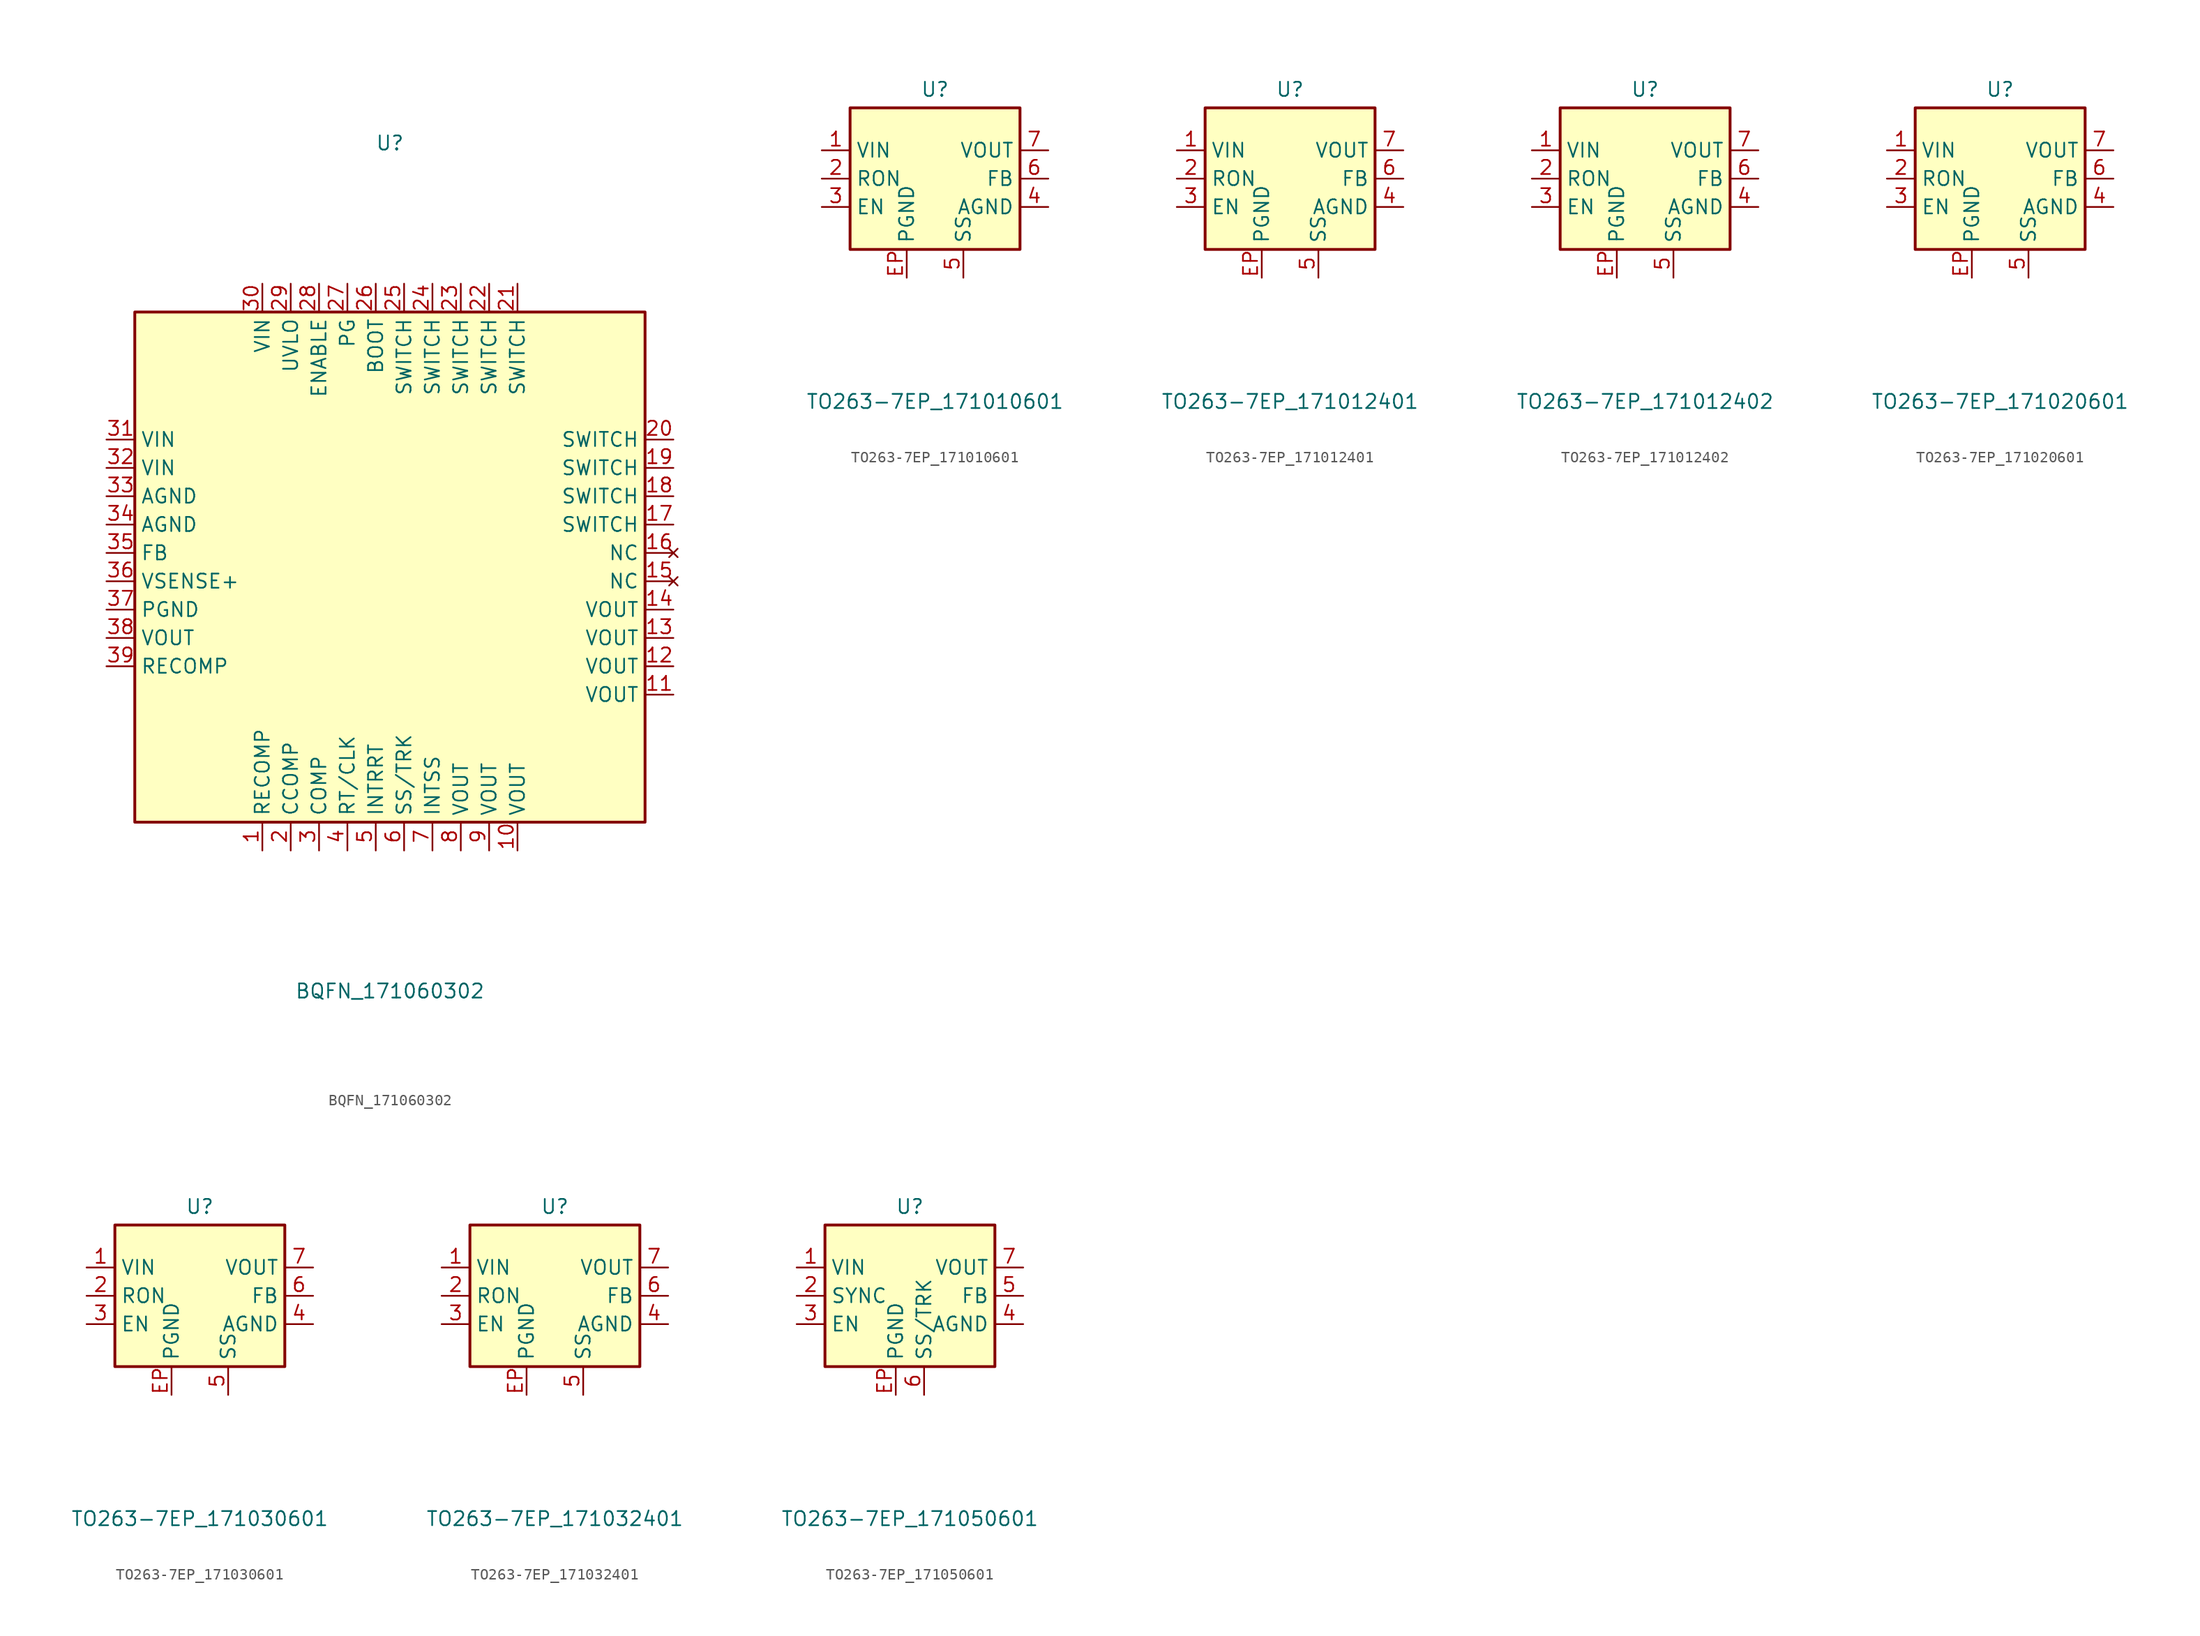
<source format=kicad_sym>
(kicad_symbol_lib
  (version 20220914)
  (generator kicad_symbol_editor)
  (symbol "BQFN_171060302"
    (property "Reference" "U"
      (at 0 38 0)
      (effects (font (size 1.27 1.27))))
    (property "Value" "BQFN_171060302"
      (at 0 -38 0)
      (effects (font (size 1.27 1.27))))
    (symbol "BQFN_171060302_1_1"
      (rectangle (start -22.86 22.86) (end 22.86 -22.86) (stroke (width 0.254) (type solid)) (fill (type background)))
      (pin input line (at -11.43 -25.4 90) (length 2.54) (name "RECOMP" (effects (font (size 1.27 1.27)))) (number "1" (effects (font (size 1.27 1.27)))))
      (pin power_out line (at 11.43 -25.4 90) (length 2.54) (name "VOUT" (effects (font (size 1.27 1.27)))) (number "10" (effects (font (size 1.27 1.27)))))
      (pin power_out line (at 25.4 -11.43 180) (length 2.54) (name "VOUT" (effects (font (size 1.27 1.27)))) (number "11" (effects (font (size 1.27 1.27)))))
      (pin power_out line (at 25.4 -8.89 180) (length 2.54) (name "VOUT" (effects (font (size 1.27 1.27)))) (number "12" (effects (font (size 1.27 1.27)))))
      (pin power_out line (at 25.4 -6.35 180) (length 2.54) (name "VOUT" (effects (font (size 1.27 1.27)))) (number "13" (effects (font (size 1.27 1.27)))))
      (pin power_out line (at 25.4 -3.81 180) (length 2.54) (name "VOUT" (effects (font (size 1.27 1.27)))) (number "14" (effects (font (size 1.27 1.27)))))
      (pin no_connect line (at 25.4 -1.27 180) (length 2.54) (name "NC" (effects (font (size 1.27 1.27)))) (number "15" (effects (font (size 1.27 1.27)))))
      (pin no_connect line (at 25.4 1.27 180) (length 2.54) (name "NC" (effects (font (size 1.27 1.27)))) (number "16" (effects (font (size 1.27 1.27)))))
      (pin power_in line (at 25.4 3.81 180) (length 2.54) (name "SWITCH" (effects (font (size 1.27 1.27)))) (number "17" (effects (font (size 1.27 1.27)))))
      (pin power_in line (at 25.4 6.35 180) (length 2.54) (name "SWITCH" (effects (font (size 1.27 1.27)))) (number "18" (effects (font (size 1.27 1.27)))))
      (pin power_in line (at 25.4 8.89 180) (length 2.54) (name "SWITCH" (effects (font (size 1.27 1.27)))) (number "19" (effects (font (size 1.27 1.27)))))
      (pin input line (at -8.89 -25.4 90) (length 2.54) (name "CCOMP" (effects (font (size 1.27 1.27)))) (number "2" (effects (font (size 1.27 1.27)))))
      (pin power_in line (at 25.4 11.43 180) (length 2.54) (name "SWITCH" (effects (font (size 1.27 1.27)))) (number "20" (effects (font (size 1.27 1.27)))))
      (pin power_in line (at 11.43 25.4 270) (length 2.54) (name "SWITCH" (effects (font (size 1.27 1.27)))) (number "21" (effects (font (size 1.27 1.27)))))
      (pin power_in line (at 8.89 25.4 270) (length 2.54) (name "SWITCH" (effects (font (size 1.27 1.27)))) (number "22" (effects (font (size 1.27 1.27)))))
      (pin power_in line (at 6.35 25.4 270) (length 2.54) (name "SWITCH" (effects (font (size 1.27 1.27)))) (number "23" (effects (font (size 1.27 1.27)))))
      (pin power_in line (at 3.81 25.4 270) (length 2.54) (name "SWITCH" (effects (font (size 1.27 1.27)))) (number "24" (effects (font (size 1.27 1.27)))))
      (pin power_in line (at 1.27 25.4 270) (length 2.54) (name "SWITCH" (effects (font (size 1.27 1.27)))) (number "25" (effects (font (size 1.27 1.27)))))
      (pin input line (at -1.27 25.4 270) (length 2.54) (name "BOOT" (effects (font (size 1.27 1.27)))) (number "26" (effects (font (size 1.27 1.27)))))
      (pin output line (at -3.81 25.4 270) (length 2.54) (name "PG" (effects (font (size 1.27 1.27)))) (number "27" (effects (font (size 1.27 1.27)))))
      (pin input line (at -6.35 25.4 270) (length 2.54) (name "ENABLE" (effects (font (size 1.27 1.27)))) (number "28" (effects (font (size 1.27 1.27)))))
      (pin input line (at -8.89 25.4 270) (length 2.54) (name "UVLO" (effects (font (size 1.27 1.27)))) (number "29" (effects (font (size 1.27 1.27)))))
      (pin output line (at -6.35 -25.4 90) (length 2.54) (name "COMP" (effects (font (size 1.27 1.27)))) (number "3" (effects (font (size 1.27 1.27)))))
      (pin power_in line (at -11.43 25.4 270) (length 2.54) (name "VIN" (effects (font (size 1.27 1.27)))) (number "30" (effects (font (size 1.27 1.27)))))
      (pin power_in line (at -25.4 11.43 0) (length 2.54) (name "VIN" (effects (font (size 1.27 1.27)))) (number "31" (effects (font (size 1.27 1.27)))))
      (pin power_in line (at -25.4 8.89 0) (length 2.54) (name "VIN" (effects (font (size 1.27 1.27)))) (number "32" (effects (font (size 1.27 1.27)))))
      (pin power_in line (at -25.4 6.35 0) (length 2.54) (name "AGND" (effects (font (size 1.27 1.27)))) (number "33" (effects (font (size 1.27 1.27)))))
      (pin power_in line (at -25.4 3.81 0) (length 2.54) (name "AGND" (effects (font (size 1.27 1.27)))) (number "34" (effects (font (size 1.27 1.27)))))
      (pin input line (at -25.4 1.27 0) (length 2.54) (name "FB" (effects (font (size 1.27 1.27)))) (number "35" (effects (font (size 1.27 1.27)))))
      (pin input line (at -25.4 -1.27 0) (length 2.54) (name "VSENSE+" (effects (font (size 1.27 1.27)))) (number "36" (effects (font (size 1.27 1.27)))))
      (pin power_in line (at -25.4 -3.81 0) (length 2.54) (name "PGND" (effects (font (size 1.27 1.27)))) (number "37" (effects (font (size 1.27 1.27)))))
      (pin power_out line (at -25.4 -6.35 0) (length 2.54) (name "VOUT" (effects (font (size 1.27 1.27)))) (number "38" (effects (font (size 1.27 1.27)))))
      (pin bidirectional line (at -25.4 -8.89 0) (length 2.54) (name "RECOMP" (effects (font (size 1.27 1.27)))) (number "39" (effects (font (size 1.27 1.27)))))
      (pin input line (at -3.81 -25.4 90) (length 2.54) (name "RT/CLK" (effects (font (size 1.27 1.27)))) (number "4" (effects (font (size 1.27 1.27)))))
      (pin input line (at -1.27 -25.4 90) (length 2.54) (name "INTRRT" (effects (font (size 1.27 1.27)))) (number "5" (effects (font (size 1.27 1.27)))))
      (pin input line (at 1.27 -25.4 90) (length 2.54) (name "SS/TRK" (effects (font (size 1.27 1.27)))) (number "6" (effects (font (size 1.27 1.27)))))
      (pin input line (at 3.81 -25.4 90) (length 2.54) (name "INTSS" (effects (font (size 1.27 1.27)))) (number "7" (effects (font (size 1.27 1.27)))))
      (pin power_out line (at 6.35 -25.4 90) (length 2.54) (name "VOUT" (effects (font (size 1.27 1.27)))) (number "8" (effects (font (size 1.27 1.27)))))
      (pin power_out line (at 8.89 -25.4 90) (length 2.54) (name "VOUT" (effects (font (size 1.27 1.27)))) (number "9" (effects (font (size 1.27 1.27)))))))
  (symbol "TO263-7EP_171010601"
    (property "Reference" "U"
      (at 0 8 0)
      (effects (font (size 1.27 1.27))))
    (property "Value" "TO263-7EP_171010601"
      (at 0 -20 0)
      (effects (font (size 1.27 1.27))))
    (symbol "TO263-7EP_171010601_1_0"
      (rectangle (start -7.62 6.35) (end 7.62 -6.35) (stroke (width 0.254) (type solid)) (fill (type background))))
    (symbol "TO263-7EP_171010601_1_1"
      (pin power_in line (at -10.16 2.54 0) (length 2.54) (name "VIN" (effects (font (size 1.27 1.27)))) (number "1" (effects (font (size 1.27 1.27)))))
      (pin input line (at -10.16 0 0) (length 2.54) (name "RON" (effects (font (size 1.27 1.27)))) (number "2" (effects (font (size 1.27 1.27)))))
      (pin input line (at -10.16 -2.54 0) (length 2.54) (name "EN" (effects (font (size 1.27 1.27)))) (number "3" (effects (font (size 1.27 1.27)))))
      (pin power_in line (at 10.16 -2.54 180) (length 2.54) (name "AGND" (effects (font (size 1.27 1.27)))) (number "4" (effects (font (size 1.27 1.27)))))
      (pin input line (at 2.54 -8.89 90) (length 2.54) (name "SS" (effects (font (size 1.27 1.27)))) (number "5" (effects (font (size 1.27 1.27)))))
      (pin input line (at 10.16 0 180) (length 2.54) (name "FB" (effects (font (size 1.27 1.27)))) (number "6" (effects (font (size 1.27 1.27)))))
      (pin power_out line (at 10.16 2.54 180) (length 2.54) (name "VOUT" (effects (font (size 1.27 1.27)))) (number "7" (effects (font (size 1.27 1.27)))))
      (pin power_in line (at -2.54 -8.89 90) (length 2.54) (name "PGND" (effects (font (size 1.27 1.27)))) (number "EP" (effects (font (size 1.27 1.27)))))))
  (symbol "TO263-7EP_171012401"
    (property "Reference" "U"
      (at 0 8 0)
      (effects (font (size 1.27 1.27))))
    (property "Value" "TO263-7EP_171012401"
      (at 0 -20 0)
      (effects (font (size 1.27 1.27))))
    (symbol "TO263-7EP_171012401_1_0"
      (rectangle (start -7.62 6.35) (end 7.62 -6.35) (stroke (width 0.254) (type solid)) (fill (type background))))
    (symbol "TO263-7EP_171012401_1_1"
      (pin power_in line (at -10.16 2.54 0) (length 2.54) (name "VIN" (effects (font (size 1.27 1.27)))) (number "1" (effects (font (size 1.27 1.27)))))
      (pin input line (at -10.16 0 0) (length 2.54) (name "RON" (effects (font (size 1.27 1.27)))) (number "2" (effects (font (size 1.27 1.27)))))
      (pin input line (at -10.16 -2.54 0) (length 2.54) (name "EN" (effects (font (size 1.27 1.27)))) (number "3" (effects (font (size 1.27 1.27)))))
      (pin power_in line (at 10.16 -2.54 180) (length 2.54) (name "AGND" (effects (font (size 1.27 1.27)))) (number "4" (effects (font (size 1.27 1.27)))))
      (pin input line (at 2.54 -8.89 90) (length 2.54) (name "SS" (effects (font (size 1.27 1.27)))) (number "5" (effects (font (size 1.27 1.27)))))
      (pin input line (at 10.16 0 180) (length 2.54) (name "FB" (effects (font (size 1.27 1.27)))) (number "6" (effects (font (size 1.27 1.27)))))
      (pin power_out line (at 10.16 2.54 180) (length 2.54) (name "VOUT" (effects (font (size 1.27 1.27)))) (number "7" (effects (font (size 1.27 1.27)))))
      (pin power_in line (at -2.54 -8.89 90) (length 2.54) (name "PGND" (effects (font (size 1.27 1.27)))) (number "EP" (effects (font (size 1.27 1.27)))))))
  (symbol "TO263-7EP_171012402"
    (property "Reference" "U"
      (at 0 8 0)
      (effects (font (size 1.27 1.27))))
    (property "Value" "TO263-7EP_171012402"
      (at 0 -20 0)
      (effects (font (size 1.27 1.27))))
    (symbol "TO263-7EP_171012402_1_0"
      (rectangle (start -7.62 6.35) (end 7.62 -6.35) (stroke (width 0.254) (type solid)) (fill (type background))))
    (symbol "TO263-7EP_171012402_1_1"
      (pin power_in line (at -10.16 2.54 0) (length 2.54) (name "VIN" (effects (font (size 1.27 1.27)))) (number "1" (effects (font (size 1.27 1.27)))))
      (pin input line (at -10.16 0 0) (length 2.54) (name "RON" (effects (font (size 1.27 1.27)))) (number "2" (effects (font (size 1.27 1.27)))))
      (pin input line (at -10.16 -2.54 0) (length 2.54) (name "EN" (effects (font (size 1.27 1.27)))) (number "3" (effects (font (size 1.27 1.27)))))
      (pin power_in line (at 10.16 -2.54 180) (length 2.54) (name "AGND" (effects (font (size 1.27 1.27)))) (number "4" (effects (font (size 1.27 1.27)))))
      (pin input line (at 2.54 -8.89 90) (length 2.54) (name "SS" (effects (font (size 1.27 1.27)))) (number "5" (effects (font (size 1.27 1.27)))))
      (pin input line (at 10.16 0 180) (length 2.54) (name "FB" (effects (font (size 1.27 1.27)))) (number "6" (effects (font (size 1.27 1.27)))))
      (pin power_out line (at 10.16 2.54 180) (length 2.54) (name "VOUT" (effects (font (size 1.27 1.27)))) (number "7" (effects (font (size 1.27 1.27)))))
      (pin power_in line (at -2.54 -8.89 90) (length 2.54) (name "PGND" (effects (font (size 1.27 1.27)))) (number "EP" (effects (font (size 1.27 1.27)))))))
  (symbol "TO263-7EP_171020601"
    (property "Reference" "U"
      (at 0 8 0)
      (effects (font (size 1.27 1.27))))
    (property "Value" "TO263-7EP_171020601"
      (at 0 -20 0)
      (effects (font (size 1.27 1.27))))
    (symbol "TO263-7EP_171020601_1_0"
      (rectangle (start -7.62 6.35) (end 7.62 -6.35) (stroke (width 0.254) (type solid)) (fill (type background))))
    (symbol "TO263-7EP_171020601_1_1"
      (pin power_in line (at -10.16 2.54 0) (length 2.54) (name "VIN" (effects (font (size 1.27 1.27)))) (number "1" (effects (font (size 1.27 1.27)))))
      (pin input line (at -10.16 0 0) (length 2.54) (name "RON" (effects (font (size 1.27 1.27)))) (number "2" (effects (font (size 1.27 1.27)))))
      (pin input line (at -10.16 -2.54 0) (length 2.54) (name "EN" (effects (font (size 1.27 1.27)))) (number "3" (effects (font (size 1.27 1.27)))))
      (pin power_in line (at 10.16 -2.54 180) (length 2.54) (name "AGND" (effects (font (size 1.27 1.27)))) (number "4" (effects (font (size 1.27 1.27)))))
      (pin input line (at 2.54 -8.89 90) (length 2.54) (name "SS" (effects (font (size 1.27 1.27)))) (number "5" (effects (font (size 1.27 1.27)))))
      (pin input line (at 10.16 0 180) (length 2.54) (name "FB" (effects (font (size 1.27 1.27)))) (number "6" (effects (font (size 1.27 1.27)))))
      (pin power_out line (at 10.16 2.54 180) (length 2.54) (name "VOUT" (effects (font (size 1.27 1.27)))) (number "7" (effects (font (size 1.27 1.27)))))
      (pin power_in line (at -2.54 -8.89 90) (length 2.54) (name "PGND" (effects (font (size 1.27 1.27)))) (number "EP" (effects (font (size 1.27 1.27)))))))
  (symbol "TO263-7EP_171030601"
    (property "Reference" "U"
      (at 0 8 0)
      (effects (font (size 1.27 1.27))))
    (property "Value" "TO263-7EP_171030601"
      (at 0 -20 0)
      (effects (font (size 1.27 1.27))))
    (symbol "TO263-7EP_171030601_1_0"
      (rectangle (start -7.62 6.35) (end 7.62 -6.35) (stroke (width 0.254) (type solid)) (fill (type background))))
    (symbol "TO263-7EP_171030601_1_1"
      (pin power_in line (at -10.16 2.54 0) (length 2.54) (name "VIN" (effects (font (size 1.27 1.27)))) (number "1" (effects (font (size 1.27 1.27)))))
      (pin input line (at -10.16 0 0) (length 2.54) (name "RON" (effects (font (size 1.27 1.27)))) (number "2" (effects (font (size 1.27 1.27)))))
      (pin input line (at -10.16 -2.54 0) (length 2.54) (name "EN" (effects (font (size 1.27 1.27)))) (number "3" (effects (font (size 1.27 1.27)))))
      (pin power_in line (at 10.16 -2.54 180) (length 2.54) (name "AGND" (effects (font (size 1.27 1.27)))) (number "4" (effects (font (size 1.27 1.27)))))
      (pin input line (at 2.54 -8.89 90) (length 2.54) (name "SS" (effects (font (size 1.27 1.27)))) (number "5" (effects (font (size 1.27 1.27)))))
      (pin input line (at 10.16 0 180) (length 2.54) (name "FB" (effects (font (size 1.27 1.27)))) (number "6" (effects (font (size 1.27 1.27)))))
      (pin power_out line (at 10.16 2.54 180) (length 2.54) (name "VOUT" (effects (font (size 1.27 1.27)))) (number "7" (effects (font (size 1.27 1.27)))))
      (pin power_in line (at -2.54 -8.89 90) (length 2.54) (name "PGND" (effects (font (size 1.27 1.27)))) (number "EP" (effects (font (size 1.27 1.27)))))))
  (symbol "TO263-7EP_171032401"
    (property "Reference" "U"
      (at 0 8 0)
      (effects (font (size 1.27 1.27))))
    (property "Value" "TO263-7EP_171032401"
      (at 0 -20 0)
      (effects (font (size 1.27 1.27))))
    (symbol "TO263-7EP_171032401_1_0"
      (rectangle (start -7.62 6.35) (end 7.62 -6.35) (stroke (width 0.254) (type solid)) (fill (type background))))
    (symbol "TO263-7EP_171032401_1_1"
      (pin power_in line (at -10.16 2.54 0) (length 2.54) (name "VIN" (effects (font (size 1.27 1.27)))) (number "1" (effects (font (size 1.27 1.27)))))
      (pin input line (at -10.16 0 0) (length 2.54) (name "RON" (effects (font (size 1.27 1.27)))) (number "2" (effects (font (size 1.27 1.27)))))
      (pin input line (at -10.16 -2.54 0) (length 2.54) (name "EN" (effects (font (size 1.27 1.27)))) (number "3" (effects (font (size 1.27 1.27)))))
      (pin power_in line (at 10.16 -2.54 180) (length 2.54) (name "AGND" (effects (font (size 1.27 1.27)))) (number "4" (effects (font (size 1.27 1.27)))))
      (pin input line (at 2.54 -8.89 90) (length 2.54) (name "SS" (effects (font (size 1.27 1.27)))) (number "5" (effects (font (size 1.27 1.27)))))
      (pin input line (at 10.16 0 180) (length 2.54) (name "FB" (effects (font (size 1.27 1.27)))) (number "6" (effects (font (size 1.27 1.27)))))
      (pin power_out line (at 10.16 2.54 180) (length 2.54) (name "VOUT" (effects (font (size 1.27 1.27)))) (number "7" (effects (font (size 1.27 1.27)))))
      (pin power_in line (at -2.54 -8.89 90) (length 2.54) (name "PGND" (effects (font (size 1.27 1.27)))) (number "EP" (effects (font (size 1.27 1.27)))))))
  (symbol "TO263-7EP_171050601"
    (property "Reference" "U"
      (at 0 8 0)
      (effects (font (size 1.27 1.27))))
    (property "Value" "TO263-7EP_171050601"
      (at 0 -20 0)
      (effects (font (size 1.27 1.27))))
    (symbol "TO263-7EP_171050601_1_0"
      (rectangle (start -7.62 6.35) (end 7.62 -6.35) (stroke (width 0.254) (type solid)) (fill (type background))))
    (symbol "TO263-7EP_171050601_1_1"
      (pin power_in line (at -10.16 2.54 0) (length 2.54) (name "VIN" (effects (font (size 1.27 1.27)))) (number "1" (effects (font (size 1.27 1.27)))))
      (pin input line (at -10.16 0 0) (length 2.54) (name "SYNC" (effects (font (size 1.27 1.27)))) (number "2" (effects (font (size 1.27 1.27)))))
      (pin input line (at -10.16 -2.54 0) (length 2.54) (name "EN" (effects (font (size 1.27 1.27)))) (number "3" (effects (font (size 1.27 1.27)))))
      (pin power_in line (at 10.16 -2.54 180) (length 2.54) (name "AGND" (effects (font (size 1.27 1.27)))) (number "4" (effects (font (size 1.27 1.27)))))
      (pin input line (at 10.16 0 180) (length 2.54) (name "FB" (effects (font (size 1.27 1.27)))) (number "5" (effects (font (size 1.27 1.27)))))
      (pin input line (at 1.27 -8.89 90) (length 2.54) (name "SS/TRK" (effects (font (size 1.27 1.27)))) (number "6" (effects (font (size 1.27 1.27)))))
      (pin power_out line (at 10.16 2.54 180) (length 2.54) (name "VOUT" (effects (font (size 1.27 1.27)))) (number "7" (effects (font (size 1.27 1.27)))))
      (pin power_in line (at -1.27 -8.89 90) (length 2.54) (name "PGND" (effects (font (size 1.27 1.27)))) (number "EP" (effects (font (size 1.27 1.27))))))))
</source>
